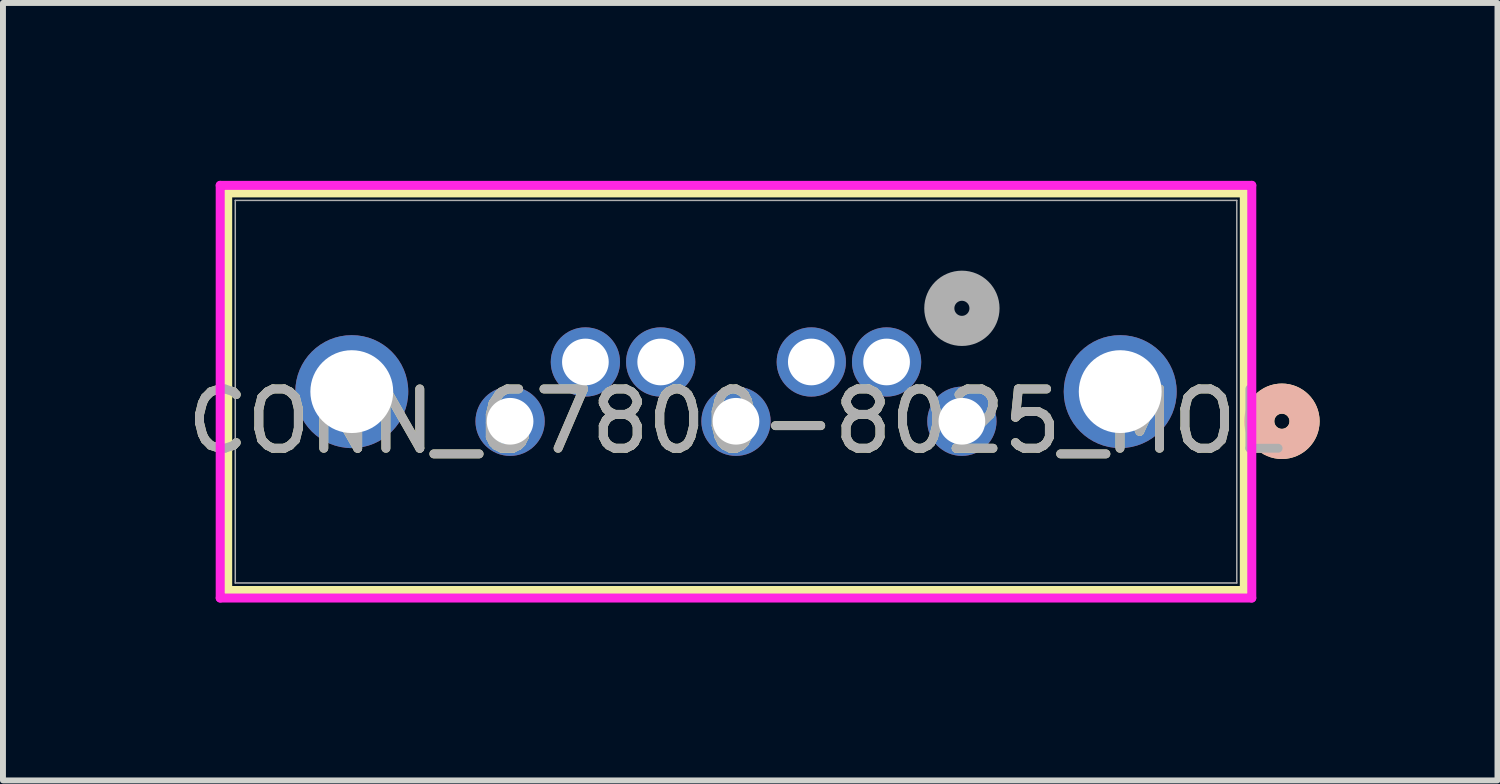
<source format=kicad_pcb>
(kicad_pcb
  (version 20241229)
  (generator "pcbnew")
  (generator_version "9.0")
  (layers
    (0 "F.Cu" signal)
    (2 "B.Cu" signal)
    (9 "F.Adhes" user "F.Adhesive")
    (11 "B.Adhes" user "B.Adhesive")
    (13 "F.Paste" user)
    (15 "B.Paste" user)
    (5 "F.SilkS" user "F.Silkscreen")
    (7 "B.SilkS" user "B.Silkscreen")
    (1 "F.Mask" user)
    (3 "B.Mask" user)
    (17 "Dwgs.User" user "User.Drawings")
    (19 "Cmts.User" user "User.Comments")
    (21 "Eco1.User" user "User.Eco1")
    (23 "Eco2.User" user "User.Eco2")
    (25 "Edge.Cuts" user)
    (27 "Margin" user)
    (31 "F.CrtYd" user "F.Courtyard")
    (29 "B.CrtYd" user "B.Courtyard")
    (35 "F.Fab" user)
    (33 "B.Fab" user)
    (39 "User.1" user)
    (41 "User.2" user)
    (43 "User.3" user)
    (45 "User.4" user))
  (footprint "CONN_67800-8025_MOL"
    (layer "F.Cu")
    (at 13.173 4.055)
    (property "Reference" "CONN_67800-8025_MOL" (at -3.81 0 0) (unlocked yes) (layer "F.SilkS") (effects (font (size 1 1) (thickness 0.15))))
    (attr through_hole)
    (fp_line (start -12.383 -3.852) (end -12.383 2.854) (stroke (width 0.152) (type solid)) (layer "F.SilkS"))
    (fp_line (start -12.383 2.854) (end 4.763 2.854) (stroke (width 0.152) (type solid)) (layer "F.SilkS"))
    (fp_line (start 4.763 -3.852) (end -12.383 -3.852) (stroke (width 0.152) (type solid)) (layer "F.SilkS"))
    (fp_line (start 4.763 2.854) (end 4.763 -3.852) (stroke (width 0.152) (type solid)) (layer "F.SilkS"))
    (fp_circle (center 5.397 0) (end 5.779 0) (stroke (width 0.508) (type solid)) (fill no) (layer "F.SilkS"))
    (fp_circle (center 5.397 0) (end 5.779 0) (stroke (width 0.508) (type solid)) (fill no) (layer "B.SilkS"))
    (fp_line (start -12.509 -3.979) (end -12.509 2.981) (stroke (width 0.152) (type solid)) (layer "F.CrtYd"))
    (fp_line (start -12.509 2.981) (end 4.889 2.981) (stroke (width 0.152) (type solid)) (layer "F.CrtYd"))
    (fp_line (start 4.889 -3.979) (end -12.509 -3.979) (stroke (width 0.152) (type solid)) (layer "F.CrtYd"))
    (fp_line (start 4.889 2.981) (end 4.889 -3.979) (stroke (width 0.152) (type solid)) (layer "F.CrtYd"))
    (fp_line (start -12.255 -3.725) (end -12.255 2.727) (stroke (width 0.025) (type solid)) (layer "F.Fab"))
    (fp_line (start -12.255 2.727) (end 4.636 2.727) (stroke (width 0.025) (type solid)) (layer "F.Fab"))
    (fp_line (start 4.636 -3.725) (end -12.255 -3.725) (stroke (width 0.025) (type solid)) (layer "F.Fab"))
    (fp_line (start 4.636 2.727) (end 4.636 -3.725) (stroke (width 0.025) (type solid)) (layer "F.Fab"))
    (fp_circle (center 0 -1.905) (end 0.381 -1.905) (stroke (width 0.508) (type solid)) (fill no) (layer "F.Fab"))
    (fp_text user "${REFERENCE}" (at -3.81 0 0) (unlocked yes) (layer "F.Fab") (effects (font (size 1 1) (thickness 0.15))))
    (pad "1" thru_hole circle (at 0 0) (size 1.168 1.168) (drill 0.787) (layers "*.Cu" "*.Mask"))
    (pad "2" thru_hole circle (at -1.27 -1) (size 1.168 1.168) (drill 0.787) (layers "*.Cu" "*.Mask"))
    (pad "3" thru_hole circle (at -2.54 -1) (size 1.168 1.168) (drill 0.787) (layers "*.Cu" "*.Mask"))
    (pad "4" thru_hole circle (at -3.81 0) (size 1.168 1.168) (drill 0.787) (layers "*.Cu" "*.Mask"))
    (pad "5" thru_hole circle (at -5.08 -1) (size 1.168 1.168) (drill 0.787) (layers "*.Cu" "*.Mask"))
    (pad "6" thru_hole circle (at -6.35 -1) (size 1.168 1.168) (drill 0.787) (layers "*.Cu" "*.Mask"))
    (pad "7" thru_hole circle (at -7.62 0) (size 1.168 1.168) (drill 0.787) (layers "*.Cu" "*.Mask"))
    (pad "8" thru_hole circle (at -10.29 -0.5) (size 1.905 1.905) (drill 1.397) (layers "*.Cu" "*.Mask"))
    (pad "9" thru_hole circle (at 2.67 -0.5) (size 1.905 1.905) (drill 1.397) (layers "*.Cu" "*.Mask")))
  (gr_rect
    (start -3 -3)
    (end 22.206 10.112)
    (stroke (width 0.1) (type default))
    (fill no)
    (layer "Edge.Cuts")))
</source>
